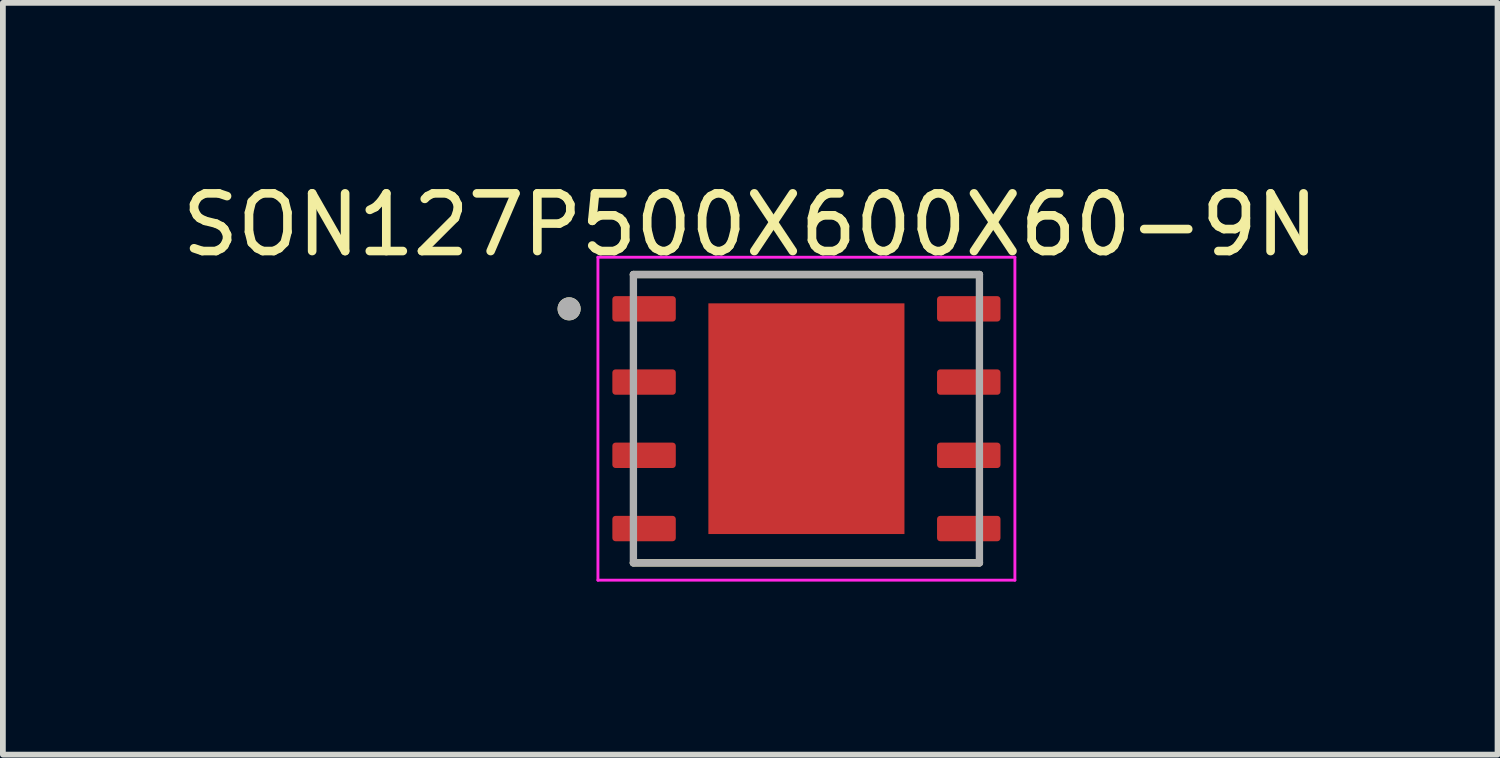
<source format=kicad_pcb>
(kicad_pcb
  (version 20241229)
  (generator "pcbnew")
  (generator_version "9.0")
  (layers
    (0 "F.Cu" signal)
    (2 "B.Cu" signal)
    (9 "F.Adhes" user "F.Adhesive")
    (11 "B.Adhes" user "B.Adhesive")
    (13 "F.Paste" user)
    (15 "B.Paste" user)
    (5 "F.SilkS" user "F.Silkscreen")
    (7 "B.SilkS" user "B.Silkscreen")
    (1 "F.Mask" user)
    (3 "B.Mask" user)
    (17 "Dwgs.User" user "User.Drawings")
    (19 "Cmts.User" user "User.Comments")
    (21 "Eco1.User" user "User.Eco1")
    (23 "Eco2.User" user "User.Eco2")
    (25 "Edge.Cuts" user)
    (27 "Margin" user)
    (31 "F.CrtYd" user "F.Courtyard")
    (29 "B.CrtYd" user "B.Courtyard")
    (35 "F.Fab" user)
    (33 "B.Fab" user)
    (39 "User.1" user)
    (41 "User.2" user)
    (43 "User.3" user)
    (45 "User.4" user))
  (footprint "SON127P500X600X60-9N"
    (layer "F.Cu")
    (at 10.933 4.21)
    (property "Reference" "SON127P500X600X60-9N" (at -0.975 -3.362 0) (layer "F.SilkS") (effects (font (size 1 1) (thickness 0.15))))
    (attr smd)
    (fp_line (start -3 -2.5) (end 3 -2.5) (stroke (width 0.127) (type solid)) (layer "F.SilkS"))
    (fp_line (start -3 2.5) (end 3 2.5) (stroke (width 0.127) (type solid)) (layer "F.SilkS"))
    (fp_circle (center -4.115 -1.905) (end -4.015 -1.905) (stroke (width 0.2) (type solid)) (fill no) (layer "F.SilkS"))
    (fp_poly (pts (xy -1.08 -1.26) (xy 1.08 -1.26) (xy 1.08 1.26) (xy -1.08 1.26)) (stroke (width 0.01) (type solid)) (fill yes) (layer "F.Paste"))
    (fp_line (start -3.615 -2.8) (end -3.615 2.8) (stroke (width 0.05) (type solid)) (layer "F.CrtYd"))
    (fp_line (start -3.615 -2.8) (end 3.615 -2.8) (stroke (width 0.05) (type solid)) (layer "F.CrtYd"))
    (fp_line (start -3.615 2.8) (end 3.615 2.8) (stroke (width 0.05) (type solid)) (layer "F.CrtYd"))
    (fp_line (start 3.615 -2.8) (end 3.615 2.8) (stroke (width 0.05) (type solid)) (layer "F.CrtYd"))
    (fp_line (start -3 -2.5) (end -3 2.5) (stroke (width 0.127) (type solid)) (layer "F.Fab"))
    (fp_line (start -3 -2.5) (end 3 -2.5) (stroke (width 0.127) (type solid)) (layer "F.Fab"))
    (fp_line (start -3 2.5) (end 3 2.5) (stroke (width 0.127) (type solid)) (layer "F.Fab"))
    (fp_line (start 3 -2.5) (end 3 2.5) (stroke (width 0.127) (type solid)) (layer "F.Fab"))
    (fp_circle (center -4.115 -1.905) (end -4.015 -1.905) (stroke (width 0.2) (type solid)) (fill no) (layer "F.Fab"))
    (pad "1" smd roundrect (at -2.815 -1.905) (size 1.1 0.44) (layers "F.Cu" "F.Mask" "F.Paste") (roundrect_rratio 0.125))
    (pad "2" smd roundrect (at -2.815 -0.635) (size 1.1 0.44) (layers "F.Cu" "F.Mask" "F.Paste") (roundrect_rratio 0.125))
    (pad "3" smd roundrect (at -2.815 0.635) (size 1.1 0.44) (layers "F.Cu" "F.Mask" "F.Paste") (roundrect_rratio 0.125))
    (pad "4" smd roundrect (at -2.815 1.905) (size 1.1 0.44) (layers "F.Cu" "F.Mask" "F.Paste") (roundrect_rratio 0.125))
    (pad "5" smd roundrect (at 2.815 1.905) (size 1.1 0.44) (layers "F.Cu" "F.Mask" "F.Paste") (roundrect_rratio 0.125))
    (pad "6" smd roundrect (at 2.815 0.635) (size 1.1 0.44) (layers "F.Cu" "F.Mask" "F.Paste") (roundrect_rratio 0.125))
    (pad "7" smd roundrect (at 2.815 -0.635) (size 1.1 0.44) (layers "F.Cu" "F.Mask" "F.Paste") (roundrect_rratio 0.125))
    (pad "8" smd roundrect (at 2.815 -1.905) (size 1.1 0.44) (layers "F.Cu" "F.Mask" "F.Paste") (roundrect_rratio 0.125))
    (pad "9" smd rect (at 0 0) (size 3.4 4) (layers "F.Cu" "F.Mask")))
  (gr_rect
    (start -3 -3)
    (end 22.917 10.035)
    (stroke (width 0.1) (type default))
    (fill no)
    (layer "Edge.Cuts")))
</source>
